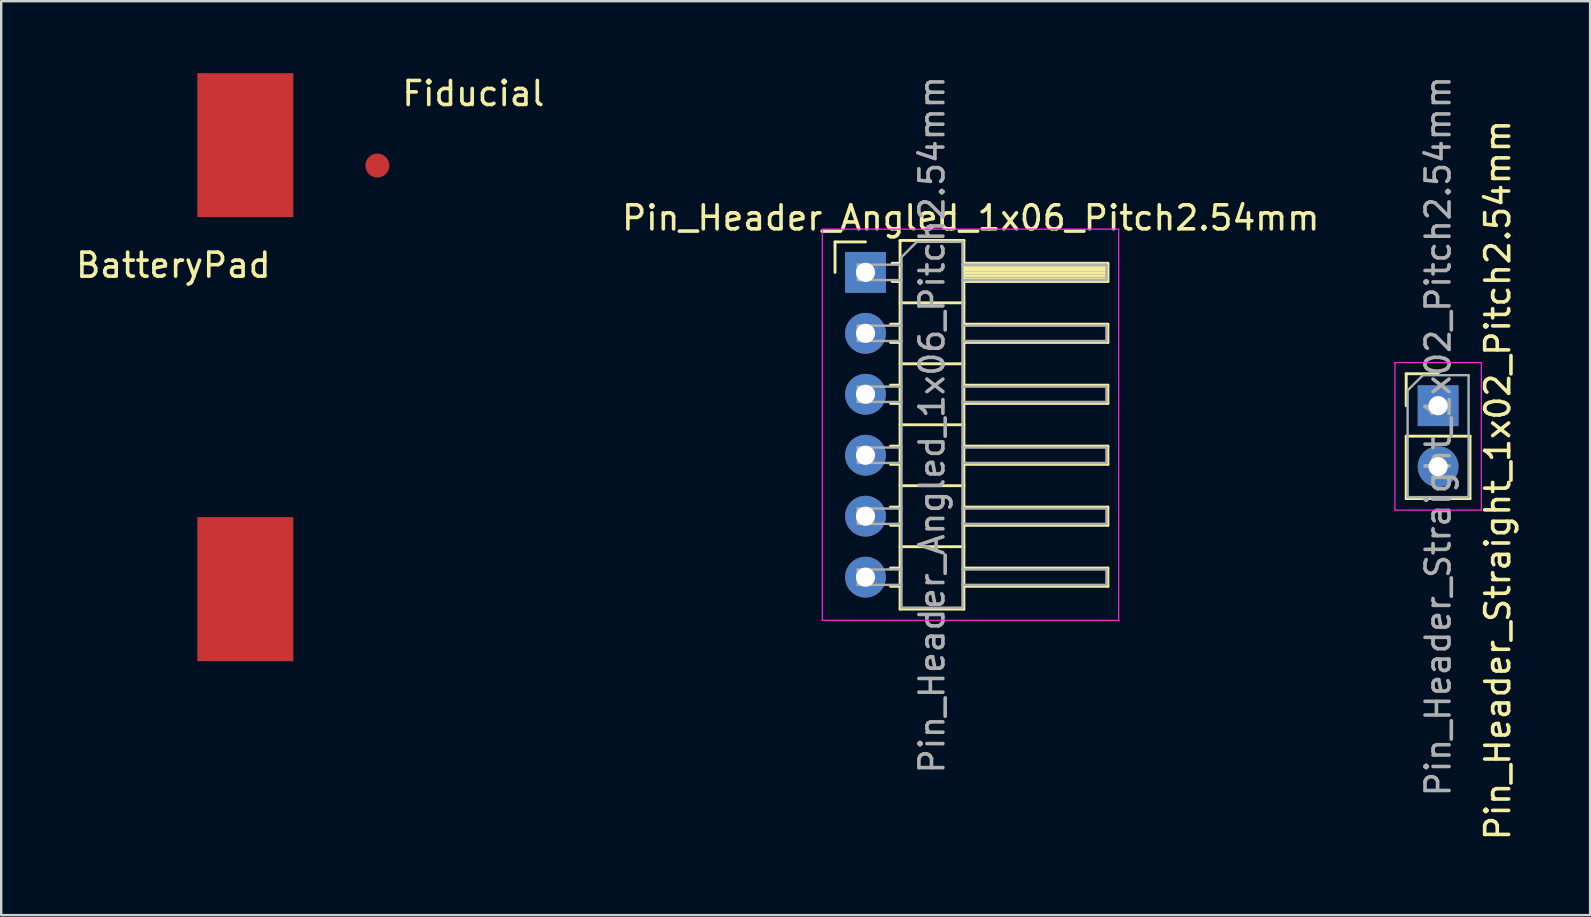
<source format=kicad_pcb>
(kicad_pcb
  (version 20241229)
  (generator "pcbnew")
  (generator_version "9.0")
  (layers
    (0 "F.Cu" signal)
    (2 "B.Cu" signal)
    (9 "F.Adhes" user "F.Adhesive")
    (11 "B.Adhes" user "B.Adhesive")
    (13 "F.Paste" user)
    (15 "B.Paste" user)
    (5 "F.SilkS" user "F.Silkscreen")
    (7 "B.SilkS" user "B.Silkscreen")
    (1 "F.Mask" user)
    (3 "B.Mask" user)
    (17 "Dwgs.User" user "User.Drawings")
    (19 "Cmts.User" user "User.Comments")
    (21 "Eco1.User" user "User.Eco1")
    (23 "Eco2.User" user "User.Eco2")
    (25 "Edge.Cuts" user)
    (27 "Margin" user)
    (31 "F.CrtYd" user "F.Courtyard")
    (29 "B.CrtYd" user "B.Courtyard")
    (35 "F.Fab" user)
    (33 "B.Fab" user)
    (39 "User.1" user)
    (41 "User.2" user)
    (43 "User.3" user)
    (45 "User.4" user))
  (footprint "Fiducial"
    (layer "F.Cu")
    (at 12.673 3.848)
    (property "Reference" "Fiducial" (at 4 -3 0) (layer "F.SilkS") (effects (font (size 1 1) (thickness 0.15))))
    (attr through_hole)
    (pad "1" smd circle (at 0 0) (size 1 1) (layers "F.Cu" "F.Mask")))
  (footprint "BatteryPad"
    (layer "F.Cu")
    (at 7.173 3)
    (property "Reference" "BatteryPad" (at -3 5 0) (layer "F.SilkS") (effects (font (size 1 1) (thickness 0.15))))
    (attr through_hole)
    (pad "1" smd rect (at 0 0) (size 4 6) (layers "F.Cu" "F.Mask"))
    (pad "1" smd rect (at 0 18.5) (size 4 6) (layers "F.Cu" "F.Mask")))
  (footprint "Pin_Header_Angled_1x06_Pitch2.54mm"
    (layer "F.Cu")
    (at 33.014 8.299)
    (property "Reference" "Pin_Header_Angled_1x06_Pitch2.54mm" (at 4.385 -2.27 0) (layer "F.SilkS") (effects (font (size 1 1) (thickness 0.15))))
    (attr through_hole)
    (fp_line (start -1.27 -1.27) (end 0 -1.27) (stroke (width 0.12) (type solid)) (layer "F.SilkS"))
    (fp_line (start -1.27 0) (end -1.27 -1.27) (stroke (width 0.12) (type solid)) (layer "F.SilkS"))
    (fp_line (start 1.043 2.16) (end 1.44 2.16) (stroke (width 0.12) (type solid)) (layer "F.SilkS"))
    (fp_line (start 1.043 2.92) (end 1.44 2.92) (stroke (width 0.12) (type solid)) (layer "F.SilkS"))
    (fp_line (start 1.043 4.7) (end 1.44 4.7) (stroke (width 0.12) (type solid)) (layer "F.SilkS"))
    (fp_line (start 1.043 5.46) (end 1.44 5.46) (stroke (width 0.12) (type solid)) (layer "F.SilkS"))
    (fp_line (start 1.043 7.24) (end 1.44 7.24) (stroke (width 0.12) (type solid)) (layer "F.SilkS"))
    (fp_line (start 1.043 8) (end 1.44 8) (stroke (width 0.12) (type solid)) (layer "F.SilkS"))
    (fp_line (start 1.043 9.78) (end 1.44 9.78) (stroke (width 0.12) (type solid)) (layer "F.SilkS"))
    (fp_line (start 1.043 10.54) (end 1.44 10.54) (stroke (width 0.12) (type solid)) (layer "F.SilkS"))
    (fp_line (start 1.043 12.32) (end 1.44 12.32) (stroke (width 0.12) (type solid)) (layer "F.SilkS"))
    (fp_line (start 1.043 13.08) (end 1.44 13.08) (stroke (width 0.12) (type solid)) (layer "F.SilkS"))
    (fp_line (start 1.11 -0.38) (end 1.44 -0.38) (stroke (width 0.12) (type solid)) (layer "F.SilkS"))
    (fp_line (start 1.11 0.38) (end 1.44 0.38) (stroke (width 0.12) (type solid)) (layer "F.SilkS"))
    (fp_line (start 1.44 -1.33) (end 1.44 14.03) (stroke (width 0.12) (type solid)) (layer "F.SilkS"))
    (fp_line (start 1.44 1.27) (end 4.1 1.27) (stroke (width 0.12) (type solid)) (layer "F.SilkS"))
    (fp_line (start 1.44 3.81) (end 4.1 3.81) (stroke (width 0.12) (type solid)) (layer "F.SilkS"))
    (fp_line (start 1.44 6.35) (end 4.1 6.35) (stroke (width 0.12) (type solid)) (layer "F.SilkS"))
    (fp_line (start 1.44 8.89) (end 4.1 8.89) (stroke (width 0.12) (type solid)) (layer "F.SilkS"))
    (fp_line (start 1.44 11.43) (end 4.1 11.43) (stroke (width 0.12) (type solid)) (layer "F.SilkS"))
    (fp_line (start 1.44 14.03) (end 4.1 14.03) (stroke (width 0.12) (type solid)) (layer "F.SilkS"))
    (fp_line (start 4.1 -1.33) (end 1.44 -1.33) (stroke (width 0.12) (type solid)) (layer "F.SilkS"))
    (fp_line (start 4.1 -0.38) (end 10.1 -0.38) (stroke (width 0.12) (type solid)) (layer "F.SilkS"))
    (fp_line (start 4.1 -0.32) (end 10.1 -0.32) (stroke (width 0.12) (type solid)) (layer "F.SilkS"))
    (fp_line (start 4.1 -0.2) (end 10.1 -0.2) (stroke (width 0.12) (type solid)) (layer "F.SilkS"))
    (fp_line (start 4.1 -0.08) (end 10.1 -0.08) (stroke (width 0.12) (type solid)) (layer "F.SilkS"))
    (fp_line (start 4.1 0.04) (end 10.1 0.04) (stroke (width 0.12) (type solid)) (layer "F.SilkS"))
    (fp_line (start 4.1 0.16) (end 10.1 0.16) (stroke (width 0.12) (type solid)) (layer "F.SilkS"))
    (fp_line (start 4.1 0.28) (end 10.1 0.28) (stroke (width 0.12) (type solid)) (layer "F.SilkS"))
    (fp_line (start 4.1 2.16) (end 10.1 2.16) (stroke (width 0.12) (type solid)) (layer "F.SilkS"))
    (fp_line (start 4.1 4.7) (end 10.1 4.7) (stroke (width 0.12) (type solid)) (layer "F.SilkS"))
    (fp_line (start 4.1 7.24) (end 10.1 7.24) (stroke (width 0.12) (type solid)) (layer "F.SilkS"))
    (fp_line (start 4.1 9.78) (end 10.1 9.78) (stroke (width 0.12) (type solid)) (layer "F.SilkS"))
    (fp_line (start 4.1 12.32) (end 10.1 12.32) (stroke (width 0.12) (type solid)) (layer "F.SilkS"))
    (fp_line (start 4.1 14.03) (end 4.1 -1.33) (stroke (width 0.12) (type solid)) (layer "F.SilkS"))
    (fp_line (start 10.1 -0.38) (end 10.1 0.38) (stroke (width 0.12) (type solid)) (layer "F.SilkS"))
    (fp_line (start 10.1 0.38) (end 4.1 0.38) (stroke (width 0.12) (type solid)) (layer "F.SilkS"))
    (fp_line (start 10.1 2.16) (end 10.1 2.92) (stroke (width 0.12) (type solid)) (layer "F.SilkS"))
    (fp_line (start 10.1 2.92) (end 4.1 2.92) (stroke (width 0.12) (type solid)) (layer "F.SilkS"))
    (fp_line (start 10.1 4.7) (end 10.1 5.46) (stroke (width 0.12) (type solid)) (layer "F.SilkS"))
    (fp_line (start 10.1 5.46) (end 4.1 5.46) (stroke (width 0.12) (type solid)) (layer "F.SilkS"))
    (fp_line (start 10.1 7.24) (end 10.1 8) (stroke (width 0.12) (type solid)) (layer "F.SilkS"))
    (fp_line (start 10.1 8) (end 4.1 8) (stroke (width 0.12) (type solid)) (layer "F.SilkS"))
    (fp_line (start 10.1 9.78) (end 10.1 10.54) (stroke (width 0.12) (type solid)) (layer "F.SilkS"))
    (fp_line (start 10.1 10.54) (end 4.1 10.54) (stroke (width 0.12) (type solid)) (layer "F.SilkS"))
    (fp_line (start 10.1 12.32) (end 10.1 13.08) (stroke (width 0.12) (type solid)) (layer "F.SilkS"))
    (fp_line (start 10.1 13.08) (end 4.1 13.08) (stroke (width 0.12) (type solid)) (layer "F.SilkS"))
    (fp_line (start -1.8 -1.8) (end -1.8 14.5) (stroke (width 0.05) (type solid)) (layer "F.CrtYd"))
    (fp_line (start -1.8 14.5) (end 10.55 14.5) (stroke (width 0.05) (type solid)) (layer "F.CrtYd"))
    (fp_line (start 10.55 -1.8) (end -1.8 -1.8) (stroke (width 0.05) (type solid)) (layer "F.CrtYd"))
    (fp_line (start 10.55 14.5) (end 10.55 -1.8) (stroke (width 0.05) (type solid)) (layer "F.CrtYd"))
    (fp_line (start -0.32 -0.32) (end -0.32 0.32) (stroke (width 0.1) (type solid)) (layer "F.Fab"))
    (fp_line (start -0.32 -0.32) (end 1.5 -0.32) (stroke (width 0.1) (type solid)) (layer "F.Fab"))
    (fp_line (start -0.32 0.32) (end 1.5 0.32) (stroke (width 0.1) (type solid)) (layer "F.Fab"))
    (fp_line (start -0.32 2.22) (end -0.32 2.86) (stroke (width 0.1) (type solid)) (layer "F.Fab"))
    (fp_line (start -0.32 2.22) (end 1.5 2.22) (stroke (width 0.1) (type solid)) (layer "F.Fab"))
    (fp_line (start -0.32 2.86) (end 1.5 2.86) (stroke (width 0.1) (type solid)) (layer "F.Fab"))
    (fp_line (start -0.32 4.76) (end -0.32 5.4) (stroke (width 0.1) (type solid)) (layer "F.Fab"))
    (fp_line (start -0.32 4.76) (end 1.5 4.76) (stroke (width 0.1) (type solid)) (layer "F.Fab"))
    (fp_line (start -0.32 5.4) (end 1.5 5.4) (stroke (width 0.1) (type solid)) (layer "F.Fab"))
    (fp_line (start -0.32 7.3) (end -0.32 7.94) (stroke (width 0.1) (type solid)) (layer "F.Fab"))
    (fp_line (start -0.32 7.3) (end 1.5 7.3) (stroke (width 0.1) (type solid)) (layer "F.Fab"))
    (fp_line (start -0.32 7.94) (end 1.5 7.94) (stroke (width 0.1) (type solid)) (layer "F.Fab"))
    (fp_line (start -0.32 9.84) (end -0.32 10.48) (stroke (width 0.1) (type solid)) (layer "F.Fab"))
    (fp_line (start -0.32 9.84) (end 1.5 9.84) (stroke (width 0.1) (type solid)) (layer "F.Fab"))
    (fp_line (start -0.32 10.48) (end 1.5 10.48) (stroke (width 0.1) (type solid)) (layer "F.Fab"))
    (fp_line (start -0.32 12.38) (end -0.32 13.02) (stroke (width 0.1) (type solid)) (layer "F.Fab"))
    (fp_line (start -0.32 12.38) (end 1.5 12.38) (stroke (width 0.1) (type solid)) (layer "F.Fab"))
    (fp_line (start -0.32 13.02) (end 1.5 13.02) (stroke (width 0.1) (type solid)) (layer "F.Fab"))
    (fp_line (start 1.5 -0.635) (end 2.135 -1.27) (stroke (width 0.1) (type solid)) (layer "F.Fab"))
    (fp_line (start 1.5 13.97) (end 1.5 -0.635) (stroke (width 0.1) (type solid)) (layer "F.Fab"))
    (fp_line (start 2.135 -1.27) (end 4.04 -1.27) (stroke (width 0.1) (type solid)) (layer "F.Fab"))
    (fp_line (start 4.04 -1.27) (end 4.04 13.97) (stroke (width 0.1) (type solid)) (layer "F.Fab"))
    (fp_line (start 4.04 -0.32) (end 10.04 -0.32) (stroke (width 0.1) (type solid)) (layer "F.Fab"))
    (fp_line (start 4.04 0.32) (end 10.04 0.32) (stroke (width 0.1) (type solid)) (layer "F.Fab"))
    (fp_line (start 4.04 2.22) (end 10.04 2.22) (stroke (width 0.1) (type solid)) (layer "F.Fab"))
    (fp_line (start 4.04 2.86) (end 10.04 2.86) (stroke (width 0.1) (type solid)) (layer "F.Fab"))
    (fp_line (start 4.04 4.76) (end 10.04 4.76) (stroke (width 0.1) (type solid)) (layer "F.Fab"))
    (fp_line (start 4.04 5.4) (end 10.04 5.4) (stroke (width 0.1) (type solid)) (layer "F.Fab"))
    (fp_line (start 4.04 7.3) (end 10.04 7.3) (stroke (width 0.1) (type solid)) (layer "F.Fab"))
    (fp_line (start 4.04 7.94) (end 10.04 7.94) (stroke (width 0.1) (type solid)) (layer "F.Fab"))
    (fp_line (start 4.04 9.84) (end 10.04 9.84) (stroke (width 0.1) (type solid)) (layer "F.Fab"))
    (fp_line (start 4.04 10.48) (end 10.04 10.48) (stroke (width 0.1) (type solid)) (layer "F.Fab"))
    (fp_line (start 4.04 12.38) (end 10.04 12.38) (stroke (width 0.1) (type solid)) (layer "F.Fab"))
    (fp_line (start 4.04 13.02) (end 10.04 13.02) (stroke (width 0.1) (type solid)) (layer "F.Fab"))
    (fp_line (start 4.04 13.97) (end 1.5 13.97) (stroke (width 0.1) (type solid)) (layer "F.Fab"))
    (fp_line (start 10.04 -0.32) (end 10.04 0.32) (stroke (width 0.1) (type solid)) (layer "F.Fab"))
    (fp_line (start 10.04 2.22) (end 10.04 2.86) (stroke (width 0.1) (type solid)) (layer "F.Fab"))
    (fp_line (start 10.04 4.76) (end 10.04 5.4) (stroke (width 0.1) (type solid)) (layer "F.Fab"))
    (fp_line (start 10.04 7.3) (end 10.04 7.94) (stroke (width 0.1) (type solid)) (layer "F.Fab"))
    (fp_line (start 10.04 9.84) (end 10.04 10.48) (stroke (width 0.1) (type solid)) (layer "F.Fab"))
    (fp_line (start 10.04 12.38) (end 10.04 13.02) (stroke (width 0.1) (type solid)) (layer "F.Fab"))
    (fp_text user "${REFERENCE}" (at 2.77 6.35 90) (layer "F.Fab") (effects (font (size 1 1) (thickness 0.15))))
    (pad "1" thru_hole rect (at 0 0) (size 1.7 1.7) (drill 0.8) (layers "*.Cu" "*.Mask"))
    (pad "2" thru_hole oval (at 0 2.54) (size 1.7 1.7) (drill 0.8) (layers "*.Cu" "*.Mask"))
    (pad "3" thru_hole oval (at 0 5.08) (size 1.7 1.7) (drill 0.8) (layers "*.Cu" "*.Mask"))
    (pad "4" thru_hole oval (at 0 7.62) (size 1.7 1.7) (drill 0.8) (layers "*.Cu" "*.Mask"))
    (pad "5" thru_hole oval (at 0 10.16) (size 1.7 1.7) (drill 0.8) (layers "*.Cu" "*.Mask"))
    (pad "6" thru_hole oval (at 0 12.7) (size 1.7 1.7) (drill 0.8) (layers "*.Cu" "*.Mask")))
  (footprint "Pin_Header_Straight_1x02_Pitch2.54mm"
    (layer "F.Cu")
    (at 56.873 13.855)
    (property "Reference" "Pin_Header_Straight_1x02_Pitch2.54mm" (at 2.485 3.101 90) (layer "F.SilkS") (effects (font (size 1 1) (thickness 0.15))))
    (attr through_hole)
    (fp_line (start -1.33 -1.33) (end 0 -1.33) (stroke (width 0.12) (type solid)) (layer "F.SilkS"))
    (fp_line (start -1.33 0) (end -1.33 -1.33) (stroke (width 0.12) (type solid)) (layer "F.SilkS"))
    (fp_line (start -1.33 1.27) (end -1.33 3.87) (stroke (width 0.12) (type solid)) (layer "F.SilkS"))
    (fp_line (start -1.33 1.27) (end 1.33 1.27) (stroke (width 0.12) (type solid)) (layer "F.SilkS"))
    (fp_line (start -1.33 3.87) (end 1.33 3.87) (stroke (width 0.12) (type solid)) (layer "F.SilkS"))
    (fp_line (start 1.33 1.27) (end 1.33 3.87) (stroke (width 0.12) (type solid)) (layer "F.SilkS"))
    (fp_line (start -1.8 -1.8) (end -1.8 4.35) (stroke (width 0.05) (type solid)) (layer "F.CrtYd"))
    (fp_line (start -1.8 4.35) (end 1.8 4.35) (stroke (width 0.05) (type solid)) (layer "F.CrtYd"))
    (fp_line (start 1.8 -1.8) (end -1.8 -1.8) (stroke (width 0.05) (type solid)) (layer "F.CrtYd"))
    (fp_line (start 1.8 4.35) (end 1.8 -1.8) (stroke (width 0.05) (type solid)) (layer "F.CrtYd"))
    (fp_line (start -1.27 -0.635) (end -0.635 -1.27) (stroke (width 0.1) (type solid)) (layer "F.Fab"))
    (fp_line (start -1.27 3.81) (end -1.27 -0.635) (stroke (width 0.1) (type solid)) (layer "F.Fab"))
    (fp_line (start -0.635 -1.27) (end 1.27 -1.27) (stroke (width 0.1) (type solid)) (layer "F.Fab"))
    (fp_line (start 1.27 -1.27) (end 1.27 3.81) (stroke (width 0.1) (type solid)) (layer "F.Fab"))
    (fp_line (start 1.27 3.81) (end -1.27 3.81) (stroke (width 0.1) (type solid)) (layer "F.Fab"))
    (fp_text user "${REFERENCE}" (at 0 1.27 90) (layer "F.Fab") (effects (font (size 1 1) (thickness 0.15))))
    (pad "1" thru_hole rect (at 0 0) (size 1.7 1.7) (drill 0.8) (layers "*.Cu" "*.Mask"))
    (pad "2" thru_hole oval (at 0 2.54) (size 1.7 1.7) (drill 0.8) (layers "*.Cu" "*.Mask")))
  (gr_rect
    (start -3 -3)
    (end 63.206 35.081)
    (stroke (width 0.1) (type default))
    (fill no)
    (layer "Edge.Cuts")))
</source>
